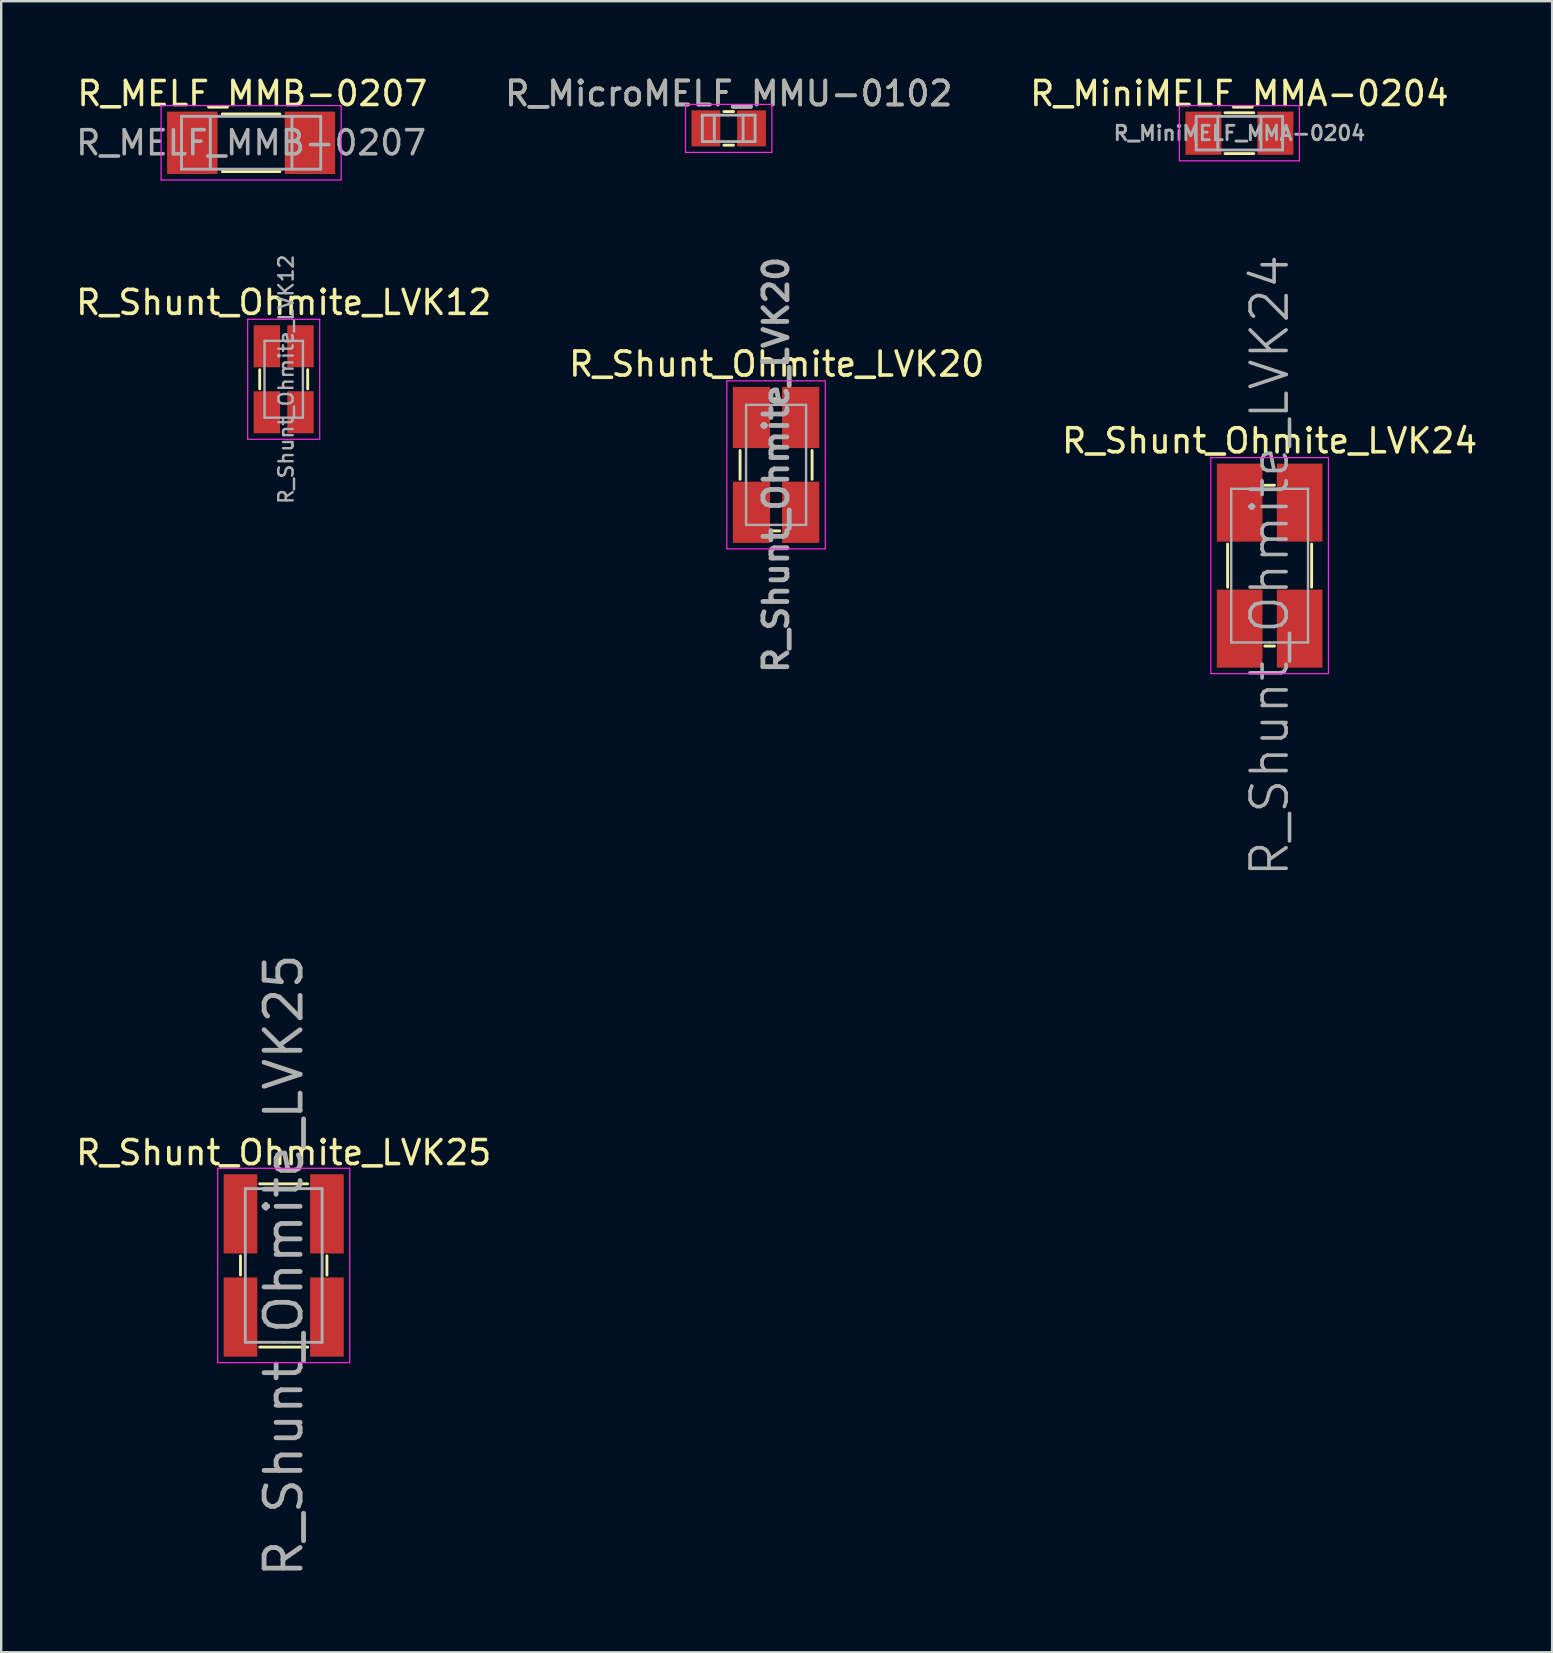
<source format=kicad_pcb>
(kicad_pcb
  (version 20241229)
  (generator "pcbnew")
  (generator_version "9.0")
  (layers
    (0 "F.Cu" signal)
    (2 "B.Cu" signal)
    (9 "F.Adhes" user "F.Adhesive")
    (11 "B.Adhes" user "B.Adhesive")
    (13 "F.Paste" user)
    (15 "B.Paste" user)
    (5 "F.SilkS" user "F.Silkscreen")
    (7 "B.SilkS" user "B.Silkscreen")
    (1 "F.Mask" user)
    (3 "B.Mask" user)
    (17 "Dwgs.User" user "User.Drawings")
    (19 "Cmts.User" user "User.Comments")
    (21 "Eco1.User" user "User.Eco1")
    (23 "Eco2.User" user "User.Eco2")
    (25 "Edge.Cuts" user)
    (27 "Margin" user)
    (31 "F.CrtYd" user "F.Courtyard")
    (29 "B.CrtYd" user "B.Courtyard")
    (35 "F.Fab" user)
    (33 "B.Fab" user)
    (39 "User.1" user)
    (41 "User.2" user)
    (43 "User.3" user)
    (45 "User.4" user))
  (footprint "R_Shunt_Ohmite_LVK25"
    (layer "F.Cu")
    (at 8.768 49.666)
    (property "Reference" "R_Shunt_Ohmite_LVK25" (at 0 -4.7 0) (layer "F.SilkS") (effects (font (size 1 1) (thickness 0.15))))
    (attr smd)
    (fp_line (start -1.8 0.4) (end -1.8 -0.4) (stroke (width 0.12) (type solid)) (layer "F.SilkS"))
    (fp_line (start 1 -3.4) (end -1 -3.4) (stroke (width 0.12) (type solid)) (layer "F.SilkS"))
    (fp_line (start 1 3.4) (end -1 3.4) (stroke (width 0.12) (type solid)) (layer "F.SilkS"))
    (fp_line (start 1.8 -0.4) (end 1.8 0.4) (stroke (width 0.12) (type solid)) (layer "F.SilkS"))
    (fp_line (start -2.75 -4.05) (end 2.75 -4.05) (stroke (width 0.05) (type solid)) (layer "F.CrtYd"))
    (fp_line (start -2.75 4.05) (end -2.75 -4.05) (stroke (width 0.05) (type solid)) (layer "F.CrtYd"))
    (fp_line (start 2.75 -4.05) (end 2.75 4.05) (stroke (width 0.05) (type solid)) (layer "F.CrtYd"))
    (fp_line (start 2.75 4.05) (end -2.75 4.05) (stroke (width 0.05) (type solid)) (layer "F.CrtYd"))
    (fp_line (start -1.6 -3.2) (end 1.6 -3.2) (stroke (width 0.12) (type solid)) (layer "F.Fab"))
    (fp_line (start -1.6 3.2) (end -1.6 -3.2) (stroke (width 0.12) (type solid)) (layer "F.Fab"))
    (fp_line (start 0 3.2) (end -1.6 3.2) (stroke (width 0.12) (type solid)) (layer "F.Fab"))
    (fp_line (start 1.6 -3.2) (end 1.6 3.2) (stroke (width 0.12) (type solid)) (layer "F.Fab"))
    (fp_line (start 1.6 3.2) (end 0 3.2) (stroke (width 0.12) (type solid)) (layer "F.Fab"))
    (fp_text user "${REFERENCE}" (at 0 0 90) (layer "F.Fab") (effects (font (size 1.5 1.5) (thickness 0.2))))
    (pad "1" smd rect (at -1.8 -2.15) (size 1.4 3.3) (layers "F.Cu" "F.Mask" "F.Paste"))
    (pad "2" smd rect (at -1.8 2.15) (size 1.4 3.3) (layers "F.Cu" "F.Mask" "F.Paste"))
    (pad "3" smd rect (at 1.8 -2.15) (size 1.4 3.3) (layers "F.Cu" "F.Mask" "F.Paste"))
    (pad "4" smd rect (at 1.8 2.15) (size 1.4 3.3) (layers "F.Cu" "F.Mask" "F.Paste")))
  (footprint "R_MiniMELF_MMA-0204"
    (layer "F.Cu")
    (at 48.58 2.498)
    (property "Reference" "R_MiniMELF_MMA-0204" (at 0 -1.65 0) (layer "F.SilkS") (effects (font (size 1 1) (thickness 0.15))))
    (attr smd)
    (fp_line (start -0.6 -0.85) (end 0.6 -0.85) (stroke (width 0.12) (type solid)) (layer "F.SilkS"))
    (fp_line (start 0.6 0.85) (end -0.6 0.85) (stroke (width 0.12) (type solid)) (layer "F.SilkS"))
    (fp_line (start -2.5 -1.15) (end -2.5 1.15) (stroke (width 0.05) (type solid)) (layer "F.CrtYd"))
    (fp_line (start -2.5 -1.15) (end 2.5 -1.15) (stroke (width 0.05) (type solid)) (layer "F.CrtYd"))
    (fp_line (start 2.5 1.15) (end -2.5 1.15) (stroke (width 0.05) (type solid)) (layer "F.CrtYd"))
    (fp_line (start 2.5 1.15) (end 2.5 -1.15) (stroke (width 0.05) (type solid)) (layer "F.CrtYd"))
    (fp_line (start -1.8 -0.7) (end -1.8 0.7) (stroke (width 0.12) (type solid)) (layer "F.Fab"))
    (fp_line (start -1.8 0.7) (end 1.8 0.7) (stroke (width 0.12) (type solid)) (layer "F.Fab"))
    (fp_line (start -0.9 -0.7) (end -0.9 0.7) (stroke (width 0.12) (type solid)) (layer "F.Fab"))
    (fp_line (start 0.9 0.7) (end 0.9 -0.7) (stroke (width 0.12) (type solid)) (layer "F.Fab"))
    (fp_line (start 1.8 -0.7) (end -1.8 -0.7) (stroke (width 0.12) (type solid)) (layer "F.Fab"))
    (fp_line (start 1.8 0.7) (end 1.8 -0.7) (stroke (width 0.12) (type solid)) (layer "F.Fab"))
    (fp_text user "${REFERENCE}" (at 0 0 0) (layer "F.Fab") (effects (font (size 0.6 0.6) (thickness 0.12))))
    (pad "1" smd rect (at -1.5 0) (size 1.5 1.8) (layers "F.Cu" "F.Mask" "F.Paste"))
    (pad "2" smd rect (at 1.5 0) (size 1.5 1.8) (layers "F.Cu" "F.Mask" "F.Paste")))
  (footprint "R_Shunt_Ohmite_LVK12"
    (layer "F.Cu")
    (at 8.768 12.749)
    (property "Reference" "R_Shunt_Ohmite_LVK12" (at 0 -3.2 180) (layer "F.SilkS") (effects (font (size 1 1) (thickness 0.15))))
    (attr smd)
    (fp_line (start -1 0.4) (end -1 -0.4) (stroke (width 0.12) (type solid)) (layer "F.SilkS"))
    (fp_line (start 1 -0.4) (end 1 0.4) (stroke (width 0.12) (type solid)) (layer "F.SilkS"))
    (fp_line (start -1.5 -2.5) (end 1.5 -2.5) (stroke (width 0.05) (type solid)) (layer "F.CrtYd"))
    (fp_line (start -1.5 2.5) (end -1.5 -2.5) (stroke (width 0.05) (type solid)) (layer "F.CrtYd"))
    (fp_line (start 1.5 -2.5) (end 1.5 2.5) (stroke (width 0.05) (type solid)) (layer "F.CrtYd"))
    (fp_line (start 1.5 2.5) (end -1.5 2.5) (stroke (width 0.05) (type solid)) (layer "F.CrtYd"))
    (fp_line (start -0.8 -1.6) (end -0.8 1.6) (stroke (width 0.1) (type solid)) (layer "F.Fab"))
    (fp_line (start -0.8 1.6) (end 0.8 1.6) (stroke (width 0.1) (type solid)) (layer "F.Fab"))
    (fp_line (start 0.8 -1.6) (end -0.8 -1.6) (stroke (width 0.1) (type solid)) (layer "F.Fab"))
    (fp_line (start 0.8 1.6) (end 0.8 -1.6) (stroke (width 0.1) (type solid)) (layer "F.Fab"))
    (fp_text user "${REFERENCE}" (at 0.1 0 90) (layer "F.Fab") (effects (font (size 0.6 0.6) (thickness 0.1))))
    (pad "1" smd rect (at -0.7 -1.375) (size 1.1 1.75) (layers "F.Cu" "F.Mask" "F.Paste"))
    (pad "2" smd rect (at 0.7 -1.375) (size 1.1 1.75) (layers "F.Cu" "F.Mask" "F.Paste"))
    (pad "3" smd rect (at -0.7 1.375) (size 1.1 1.75) (layers "F.Cu" "F.Mask" "F.Paste"))
    (pad "4" smd rect (at 0.7 1.375) (size 1.1 1.75) (layers "F.Cu" "F.Mask" "F.Paste")))
  (footprint "R_MELF_MMB-0207"
    (layer "F.Cu")
    (at 7.411 2.898)
    (property "Reference" "R_MELF_MMB-0207" (at 0.05 -2.05 0) (layer "F.SilkS") (effects (font (size 1 1) (thickness 0.15))))
    (attr smd)
    (fp_line (start 1.2 -1.2) (end -1.2 -1.2) (stroke (width 0.12) (type solid)) (layer "F.SilkS"))
    (fp_line (start 1.2 1.2) (end -1.2 1.2) (stroke (width 0.12) (type solid)) (layer "F.SilkS"))
    (fp_line (start -3.75 -1.55) (end -3.75 1.55) (stroke (width 0.05) (type solid)) (layer "F.CrtYd"))
    (fp_line (start -3.75 -1.55) (end 3.75 -1.55) (stroke (width 0.05) (type solid)) (layer "F.CrtYd"))
    (fp_line (start 3.75 1.55) (end -3.75 1.55) (stroke (width 0.05) (type solid)) (layer "F.CrtYd"))
    (fp_line (start 3.75 1.55) (end 3.75 -1.55) (stroke (width 0.05) (type solid)) (layer "F.CrtYd"))
    (fp_line (start -2.9 -1.1) (end -2.9 1.1) (stroke (width 0.12) (type solid)) (layer "F.Fab"))
    (fp_line (start -2.9 1.1) (end 2.9 1.1) (stroke (width 0.12) (type solid)) (layer "F.Fab"))
    (fp_line (start -1.7 -1.1) (end -1.7 1.1) (stroke (width 0.12) (type solid)) (layer "F.Fab"))
    (fp_line (start 1.7 -1.1) (end 1.7 1.1) (stroke (width 0.12) (type solid)) (layer "F.Fab"))
    (fp_line (start 2.9 -1.1) (end -2.9 -1.1) (stroke (width 0.12) (type solid)) (layer "F.Fab"))
    (fp_line (start 2.9 1.1) (end 2.9 -1.1) (stroke (width 0.12) (type solid)) (layer "F.Fab"))
    (fp_text user "${REFERENCE}" (at 0 0 0) (layer "F.Fab") (effects (font (size 1 1) (thickness 0.15))))
    (pad "1" smd rect (at -2.45 0) (size 2.1 2.6) (layers "F.Cu" "F.Mask" "F.Paste"))
    (pad "2" smd rect (at 2.45 0) (size 2.1 2.6) (layers "F.Cu" "F.Mask" "F.Paste")))
  (footprint "R_MicroMELF_MMU-0102"
    (layer "F.Cu")
    (at 27.306 2.298)
    (property "Reference" "R_MicroMELF_MMU-0102" (at 0 -1.45 0) (layer "F.SilkS") (effects (font (size 1 1) (thickness 0.15))))
    (attr smd)
    (fp_line (start -0.2 -0.7) (end 0.2 -0.7) (stroke (width 0.12) (type solid)) (layer "F.SilkS"))
    (fp_line (start 0.2 0.7) (end -0.2 0.7) (stroke (width 0.12) (type solid)) (layer "F.SilkS"))
    (fp_line (start -1.8 -1) (end -1.8 1) (stroke (width 0.05) (type solid)) (layer "F.CrtYd"))
    (fp_line (start -1.8 -1) (end 1.8 -1) (stroke (width 0.05) (type solid)) (layer "F.CrtYd"))
    (fp_line (start 1.8 1) (end -1.8 1) (stroke (width 0.05) (type solid)) (layer "F.CrtYd"))
    (fp_line (start 1.8 1) (end 1.8 -1) (stroke (width 0.05) (type solid)) (layer "F.CrtYd"))
    (fp_line (start -1.1 -0.55) (end 1.1 -0.55) (stroke (width 0.12) (type solid)) (layer "F.Fab"))
    (fp_line (start -1.1 0.55) (end -1.1 -0.55) (stroke (width 0.12) (type solid)) (layer "F.Fab"))
    (fp_line (start -0.6 -0.55) (end -0.6 0.55) (stroke (width 0.12) (type solid)) (layer "F.Fab"))
    (fp_line (start 0.6 -0.55) (end 0.6 0.55) (stroke (width 0.12) (type solid)) (layer "F.Fab"))
    (fp_line (start 1.1 -0.55) (end 1.1 0.55) (stroke (width 0.12) (type solid)) (layer "F.Fab"))
    (fp_line (start 1.1 0.55) (end -1.1 0.55) (stroke (width 0.12) (type solid)) (layer "F.Fab"))
    (fp_text user "${REFERENCE}" (at 0 -1.45 0) (layer "F.Fab") (effects (font (size 1 1) (thickness 0.15))))
    (pad "1" smd rect (at -0.95 0) (size 1.2 1.5) (layers "F.Cu" "F.Mask" "F.Paste"))
    (pad "2" smd rect (at 0.95 0) (size 1.2 1.5) (layers "F.Cu" "F.Mask" "F.Paste")))
  (footprint "R_Shunt_Ohmite_LVK20"
    (layer "F.Cu")
    (at 29.279 16.316)
    (property "Reference" "R_Shunt_Ohmite_LVK20" (at 0.025 -4.2 0) (layer "F.SilkS") (effects (font (size 1 1) (thickness 0.15))))
    (attr smd)
    (fp_line (start -1.5 0.6) (end -1.5 -0.6) (stroke (width 0.12) (type solid)) (layer "F.SilkS"))
    (fp_line (start 0.15 -2.75) (end -0.15 -2.75) (stroke (width 0.12) (type solid)) (layer "F.SilkS"))
    (fp_line (start 0.15 2.75) (end -0.15 2.75) (stroke (width 0.12) (type solid)) (layer "F.SilkS"))
    (fp_line (start 1.5 -0.6) (end 1.5 0.6) (stroke (width 0.12) (type solid)) (layer "F.SilkS"))
    (fp_line (start -2.05 -3.5) (end 2.05 -3.5) (stroke (width 0.05) (type solid)) (layer "F.CrtYd"))
    (fp_line (start -2.05 3.5) (end -2.05 -3.5) (stroke (width 0.05) (type solid)) (layer "F.CrtYd"))
    (fp_line (start 2.05 -3.5) (end 2.05 3.5) (stroke (width 0.05) (type solid)) (layer "F.CrtYd"))
    (fp_line (start 2.05 3.5) (end -2.05 3.5) (stroke (width 0.05) (type solid)) (layer "F.CrtYd"))
    (fp_line (start -1.25 -2.5) (end 1.25 -2.5) (stroke (width 0.1) (type solid)) (layer "F.Fab"))
    (fp_line (start -1.25 2.5) (end -1.25 -2.5) (stroke (width 0.1) (type solid)) (layer "F.Fab"))
    (fp_line (start 0 2.5) (end -1.25 2.5) (stroke (width 0.1) (type solid)) (layer "F.Fab"))
    (fp_line (start 1.25 -2.5) (end 1.25 2.5) (stroke (width 0.1) (type solid)) (layer "F.Fab"))
    (fp_line (start 1.25 2.5) (end 0 2.5) (stroke (width 0.1) (type solid)) (layer "F.Fab"))
    (fp_text user "${REFERENCE}" (at 0 0 90) (layer "F.Fab") (effects (font (size 1 1) (thickness 0.2))))
    (pad "1" smd rect (at -1.025 -1.975) (size 1.55 2.55) (layers "F.Cu" "F.Mask" "F.Paste"))
    (pad "2" smd rect (at 1.025 -1.975) (size 1.55 2.55) (layers "F.Cu" "F.Mask" "F.Paste"))
    (pad "3" smd rect (at -1.025 1.975) (size 1.55 2.55) (layers "F.Cu" "F.Mask" "F.Paste"))
    (pad "4" smd rect (at 1.025 1.975) (size 1.55 2.55) (layers "F.Cu" "F.Mask" "F.Paste")))
  (footprint "R_Shunt_Ohmite_LVK24"
    (layer "F.Cu")
    (at 49.839 20.513)
    (property "Reference" "R_Shunt_Ohmite_LVK24" (at 0 -5.2 0) (layer "F.SilkS") (effects (font (size 1 1) (thickness 0.15))))
    (attr smd)
    (fp_line (start -1.75 0.9) (end -1.75 -0.9) (stroke (width 0.12) (type solid)) (layer "F.SilkS"))
    (fp_line (start 0.2 -3.35) (end -0.2 -3.35) (stroke (width 0.12) (type solid)) (layer "F.SilkS"))
    (fp_line (start 0.2 3.35) (end -0.2 3.35) (stroke (width 0.12) (type solid)) (layer "F.SilkS"))
    (fp_line (start 1.75 -0.9) (end 1.75 0.9) (stroke (width 0.12) (type solid)) (layer "F.SilkS"))
    (fp_line (start -2.45 -4.5) (end 2.45 -4.5) (stroke (width 0.05) (type solid)) (layer "F.CrtYd"))
    (fp_line (start -2.45 4.5) (end -2.45 -4.5) (stroke (width 0.05) (type solid)) (layer "F.CrtYd"))
    (fp_line (start 2.45 -4.5) (end 2.45 4.5) (stroke (width 0.05) (type solid)) (layer "F.CrtYd"))
    (fp_line (start 2.45 4.5) (end -2.45 4.5) (stroke (width 0.05) (type solid)) (layer "F.CrtYd"))
    (fp_line (start -1.6 -3.2) (end 1.6 -3.2) (stroke (width 0.1) (type solid)) (layer "F.Fab"))
    (fp_line (start -1.6 3.2) (end -1.6 -3.2) (stroke (width 0.1) (type solid)) (layer "F.Fab"))
    (fp_line (start 0 3.2) (end -1.6 3.2) (stroke (width 0.1) (type solid)) (layer "F.Fab"))
    (fp_line (start 1.6 -3.2) (end 1.6 3.2) (stroke (width 0.1) (type solid)) (layer "F.Fab"))
    (fp_line (start 1.6 3.2) (end 0 3.2) (stroke (width 0.1) (type solid)) (layer "F.Fab"))
    (fp_text user "${REFERENCE}" (at 0 0 90) (layer "F.Fab") (effects (font (size 1.5 1.5) (thickness 0.15))))
    (pad "1" smd rect (at -1.25 -2.625) (size 1.9 3.25) (layers "F.Cu" "F.Mask" "F.Paste"))
    (pad "2" smd rect (at 1.25 -2.625) (size 1.9 3.25) (layers "F.Cu" "F.Mask" "F.Paste"))
    (pad "3" smd rect (at -1.25 2.625) (size 1.9 3.25) (layers "F.Cu" "F.Mask" "F.Paste"))
    (pad "4" smd rect (at 1.25 2.625) (size 1.9 3.25) (layers "F.Cu" "F.Mask" "F.Paste")))
  (gr_rect
    (start -3 -3)
    (end 61.607 65.78)
    (stroke (width 0.1) (type default))
    (fill no)
    (layer "Edge.Cuts")))
</source>
